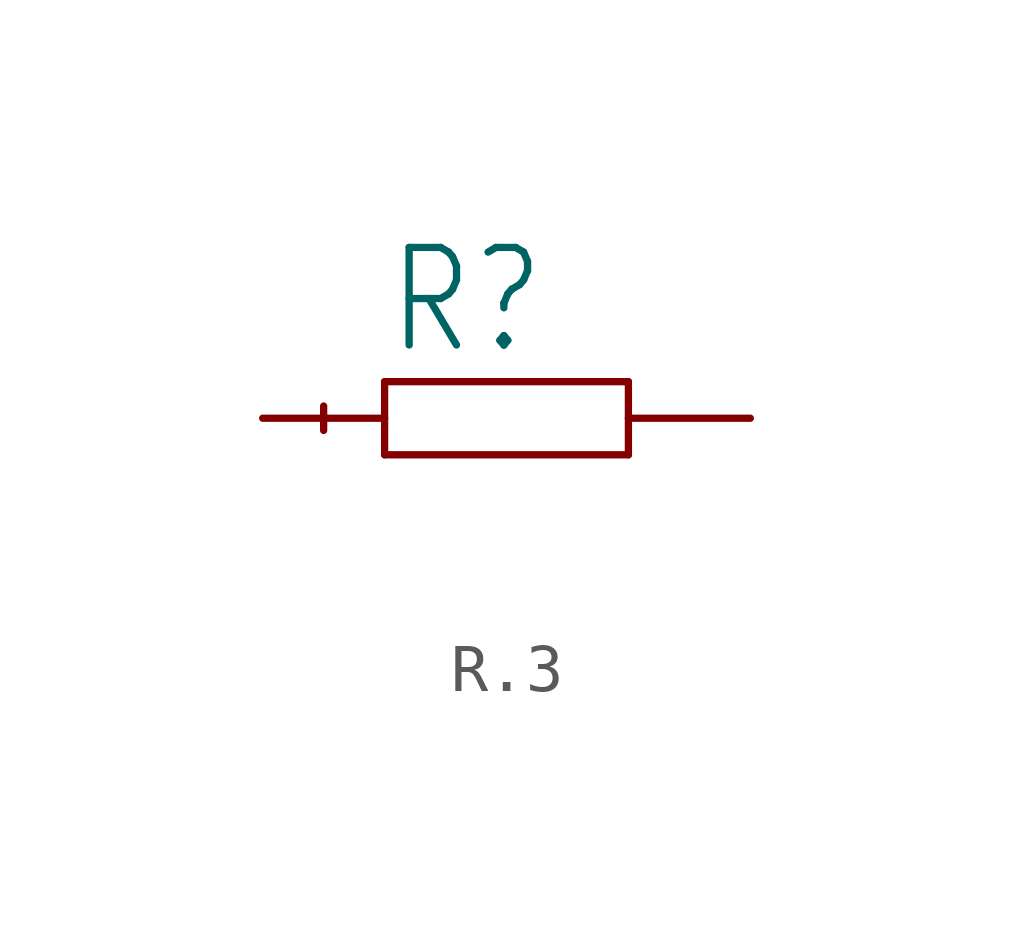
<source format=kicad_sym>
(kicad_symbol_lib
  (version 20241209)
  (generator "kicad_symbol_editor")
  (generator_version "9.0")
  (symbol "R.3"
    (property "Reference" "R"
      (at -2.54 1.27 0)
      (effects (font (size 2.032 1.727)) (justify left bottom)))
    (property "Value" ""
      (at -3.81 -3.556 0)
      (effects (font (size 2.032 1.727)) (justify left bottom)))
    (property "ki_locked" ""
      (at 0 0 0)
      (effects (font (size 1.27 1.27))))
    (symbol "R.3_1_0"
      (polyline (pts (xy -3.81 0.254) (xy -3.81 -0.254)) (stroke (width 0.152) (type solid)) (fill (type none)))
      (polyline (pts (xy -2.54 0.762) (xy -2.54 -0.762)) (stroke (width 0.152) (type solid)) (fill (type none)))
      (polyline (pts (xy -2.54 -0.762) (xy 2.54 -0.762)) (stroke (width 0.152) (type solid)) (fill (type none)))
      (polyline (pts (xy 2.54 0.762) (xy -2.54 0.762)) (stroke (width 0.152) (type solid)) (fill (type none)))
      (polyline (pts (xy 2.54 -0.762) (xy 2.54 0.762)) (stroke (width 0.152) (type solid)) (fill (type none)))
      (pin passive line (at -5.08 0 0) (length 2.54) (name "1" (effects (font (size 0 0)))) (number "1" (effects (font (size 0 0)))))
      (pin passive line (at 5.08 0 180) (length 2.54) (name "2" (effects (font (size 0 0)))) (number "2" (effects (font (size 0 0))))))))
</source>
